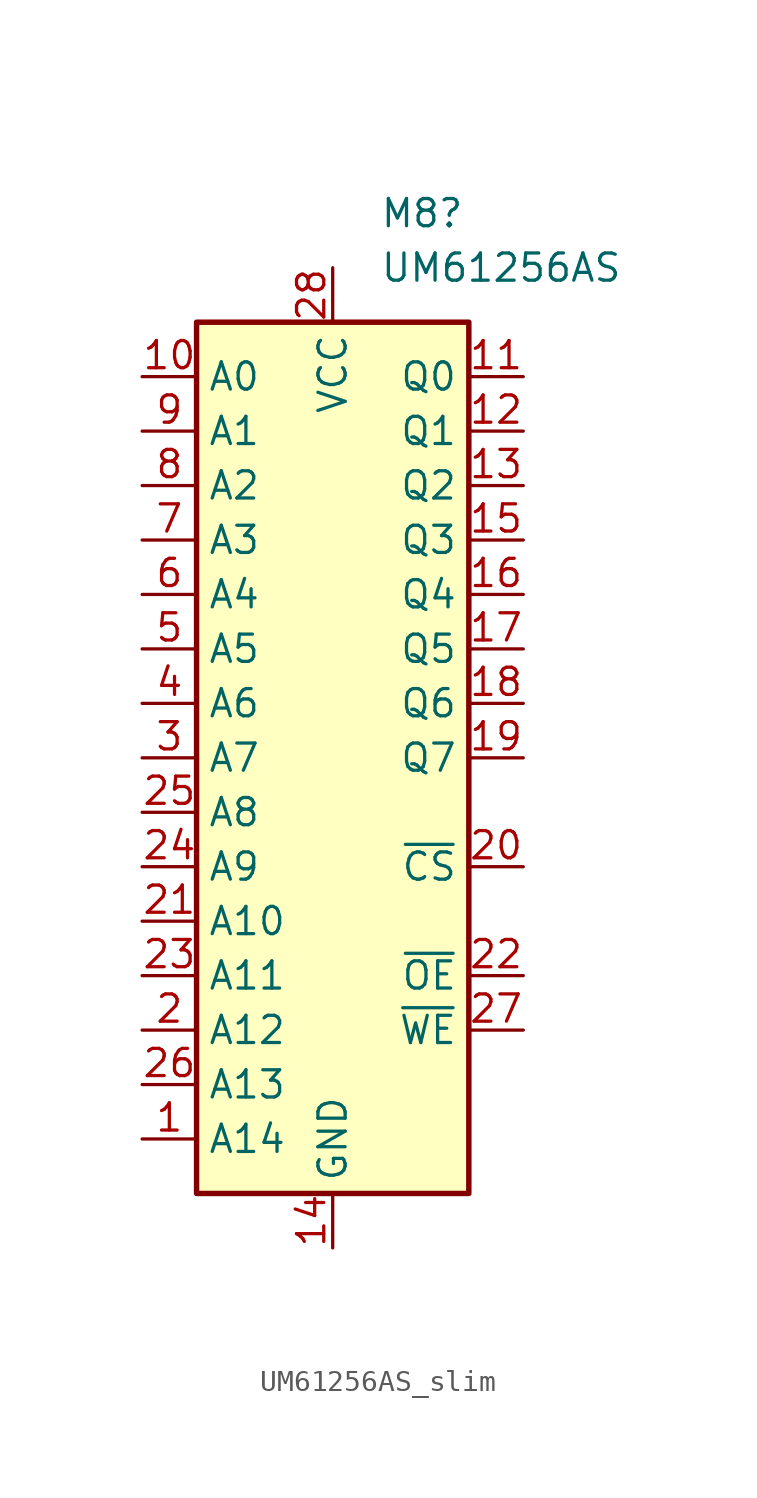
<source format=kicad_sym>
(kicad_symbol_lib
  (version 20220914)
  (generator kicad_symbol_editor)
  (symbol "UM61256AS_slim"
    (property "Reference" "M8"
      (at 2.194 25.4 0)
      (effects (font (size 1.27 1.27)) (justify left)))
    (property "Value" "UM61256AS"
      (at 2.194 22.86 0)
      (effects (font (size 1.27 1.27)) (justify left)))
    (symbol "UM61256AS_slim_0_0"
      (pin power_in line (at 0 -22.86 90) (length 2.54) (name "GND" (effects (font (size 1.27 1.27)))) (number "14" (effects (font (size 1.27 1.27)))))
      (pin power_in line (at 0 22.86 270) (length 2.54) (name "VCC" (effects (font (size 1.27 1.27)))) (number "28" (effects (font (size 1.27 1.27))))))
    (symbol "UM61256AS_slim_0_1"
      (rectangle (start -6.35 20.32) (end 6.35 -20.32) (stroke (width 0.254) (type default)) (fill (type background))))
    (symbol "UM61256AS_slim_1_1"
      (pin input line (at -8.89 -17.78 0) (length 2.54) (name "A14" (effects (font (size 1.27 1.27)))) (number "1" (effects (font (size 1.27 1.27)))))
      (pin input line (at -8.89 17.78 0) (length 2.54) (name "A0" (effects (font (size 1.27 1.27)))) (number "10" (effects (font (size 1.27 1.27)))))
      (pin tri_state line (at 8.89 17.78 180) (length 2.54) (name "Q0" (effects (font (size 1.27 1.27)))) (number "11" (effects (font (size 1.27 1.27)))))
      (pin tri_state line (at 8.89 15.24 180) (length 2.54) (name "Q1" (effects (font (size 1.27 1.27)))) (number "12" (effects (font (size 1.27 1.27)))))
      (pin tri_state line (at 8.89 12.7 180) (length 2.54) (name "Q2" (effects (font (size 1.27 1.27)))) (number "13" (effects (font (size 1.27 1.27)))))
      (pin tri_state line (at 8.89 10.16 180) (length 2.54) (name "Q3" (effects (font (size 1.27 1.27)))) (number "15" (effects (font (size 1.27 1.27)))))
      (pin tri_state line (at 8.89 7.62 180) (length 2.54) (name "Q4" (effects (font (size 1.27 1.27)))) (number "16" (effects (font (size 1.27 1.27)))))
      (pin tri_state line (at 8.89 5.08 180) (length 2.54) (name "Q5" (effects (font (size 1.27 1.27)))) (number "17" (effects (font (size 1.27 1.27)))))
      (pin tri_state line (at 8.89 2.54 180) (length 2.54) (name "Q6" (effects (font (size 1.27 1.27)))) (number "18" (effects (font (size 1.27 1.27)))))
      (pin tri_state line (at 8.89 0 180) (length 2.54) (name "Q7" (effects (font (size 1.27 1.27)))) (number "19" (effects (font (size 1.27 1.27)))))
      (pin input line (at -8.89 -12.7 0) (length 2.54) (name "A12" (effects (font (size 1.27 1.27)))) (number "2" (effects (font (size 1.27 1.27)))))
      (pin input line (at 8.89 -5.08 180) (length 2.54) (name "~{CS}" (effects (font (size 1.27 1.27)))) (number "20" (effects (font (size 1.27 1.27)))))
      (pin input line (at -8.89 -7.62 0) (length 2.54) (name "A10" (effects (font (size 1.27 1.27)))) (number "21" (effects (font (size 1.27 1.27)))))
      (pin input line (at 8.89 -10.16 180) (length 2.54) (name "~{OE}" (effects (font (size 1.27 1.27)))) (number "22" (effects (font (size 1.27 1.27)))))
      (pin input line (at -8.89 -10.16 0) (length 2.54) (name "A11" (effects (font (size 1.27 1.27)))) (number "23" (effects (font (size 1.27 1.27)))))
      (pin input line (at -8.89 -5.08 0) (length 2.54) (name "A9" (effects (font (size 1.27 1.27)))) (number "24" (effects (font (size 1.27 1.27)))))
      (pin input line (at -8.89 -2.54 0) (length 2.54) (name "A8" (effects (font (size 1.27 1.27)))) (number "25" (effects (font (size 1.27 1.27)))))
      (pin input line (at -8.89 -15.24 0) (length 2.54) (name "A13" (effects (font (size 1.27 1.27)))) (number "26" (effects (font (size 1.27 1.27)))))
      (pin input line (at 8.89 -12.7 180) (length 2.54) (name "~{WE}" (effects (font (size 1.27 1.27)))) (number "27" (effects (font (size 1.27 1.27)))))
      (pin input line (at -8.89 0 0) (length 2.54) (name "A7" (effects (font (size 1.27 1.27)))) (number "3" (effects (font (size 1.27 1.27)))))
      (pin input line (at -8.89 2.54 0) (length 2.54) (name "A6" (effects (font (size 1.27 1.27)))) (number "4" (effects (font (size 1.27 1.27)))))
      (pin input line (at -8.89 5.08 0) (length 2.54) (name "A5" (effects (font (size 1.27 1.27)))) (number "5" (effects (font (size 1.27 1.27)))))
      (pin input line (at -8.89 7.62 0) (length 2.54) (name "A4" (effects (font (size 1.27 1.27)))) (number "6" (effects (font (size 1.27 1.27)))))
      (pin input line (at -8.89 10.16 0) (length 2.54) (name "A3" (effects (font (size 1.27 1.27)))) (number "7" (effects (font (size 1.27 1.27)))))
      (pin input line (at -8.89 12.7 0) (length 2.54) (name "A2" (effects (font (size 1.27 1.27)))) (number "8" (effects (font (size 1.27 1.27)))))
      (pin input line (at -8.89 15.24 0) (length 2.54) (name "A1" (effects (font (size 1.27 1.27)))) (number "9" (effects (font (size 1.27 1.27))))))))
</source>
